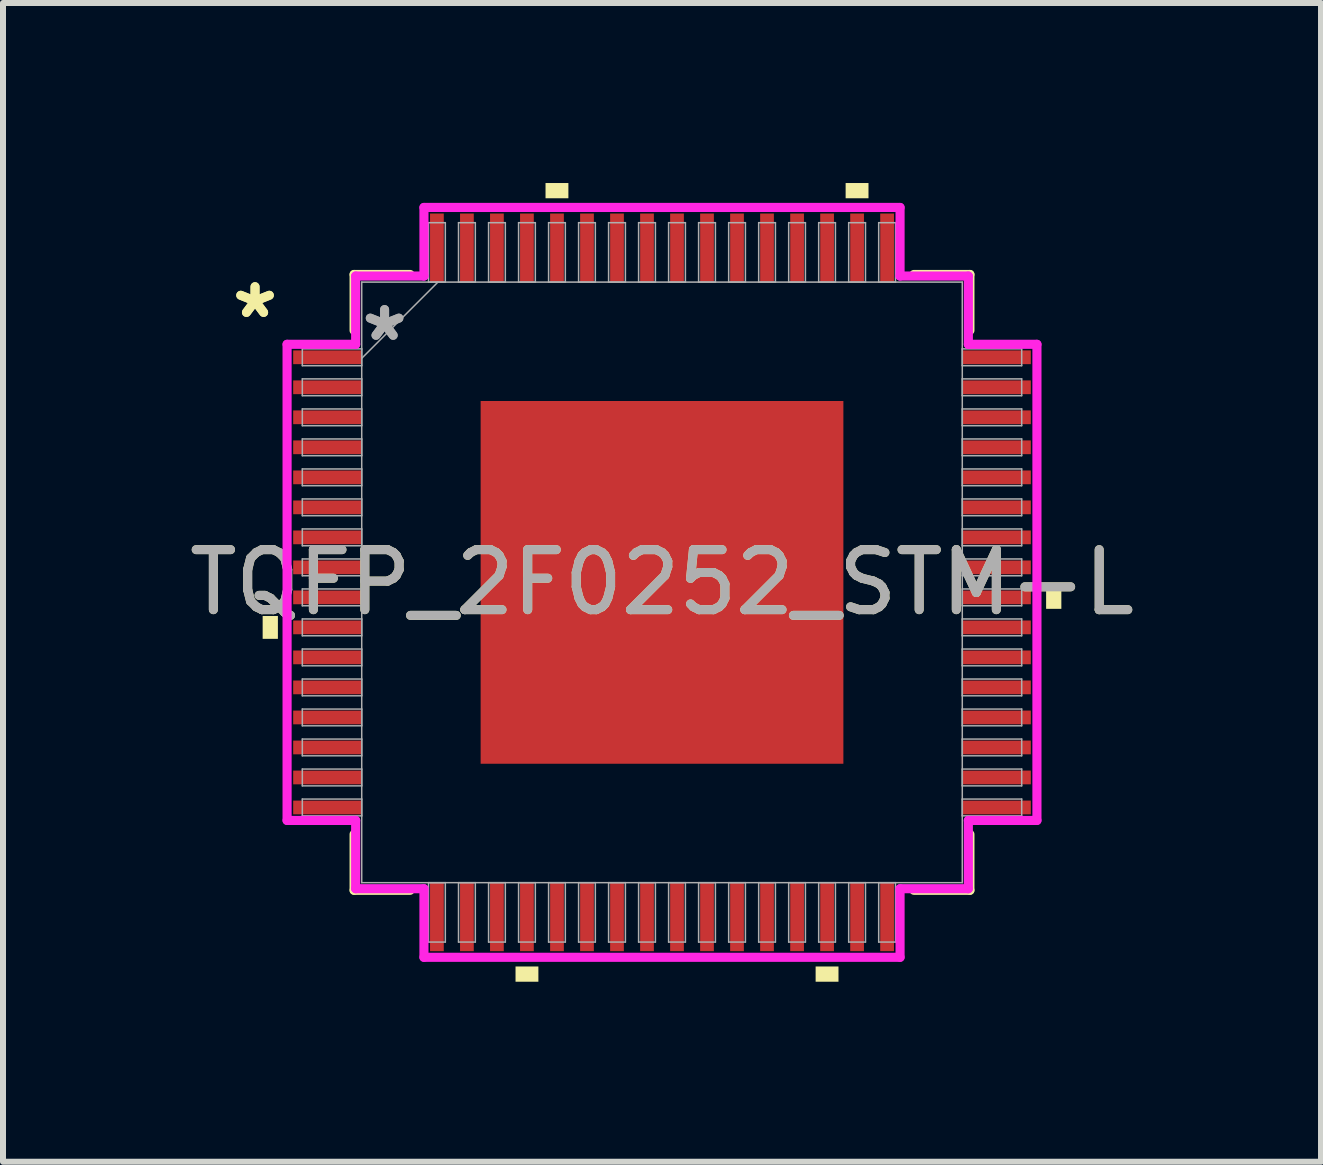
<source format=kicad_pcb>
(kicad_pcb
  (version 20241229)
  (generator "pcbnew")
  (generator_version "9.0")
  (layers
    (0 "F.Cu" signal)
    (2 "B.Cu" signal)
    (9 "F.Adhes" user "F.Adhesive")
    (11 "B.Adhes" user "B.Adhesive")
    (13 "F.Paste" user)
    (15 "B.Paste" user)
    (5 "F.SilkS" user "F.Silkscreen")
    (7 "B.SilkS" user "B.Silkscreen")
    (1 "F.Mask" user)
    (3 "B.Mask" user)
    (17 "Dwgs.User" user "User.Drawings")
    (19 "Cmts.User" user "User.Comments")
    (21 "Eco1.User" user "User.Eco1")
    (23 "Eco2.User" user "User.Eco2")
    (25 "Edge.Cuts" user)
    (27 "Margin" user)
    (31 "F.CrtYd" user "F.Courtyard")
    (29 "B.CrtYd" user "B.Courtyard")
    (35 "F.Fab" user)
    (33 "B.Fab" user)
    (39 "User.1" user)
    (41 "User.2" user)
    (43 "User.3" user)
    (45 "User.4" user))
  (footprint "TQFP_2F0252_STM-L"
    (layer "F.Cu")
    (at 7.982 6.655)
    (property "Reference" "TQFP_2F0252_STM-L" (at 0 0 0) (unlocked yes) (layer "F.SilkS") (effects (font (size 1 1) (thickness 0.15))))
    (attr smd)
    (fp_line (start -5.131 -5.131) (end -5.131 -4.198) (stroke (width 0.152) (type solid)) (layer "F.SilkS"))
    (fp_line (start -5.131 4.198) (end -5.131 5.131) (stroke (width 0.152) (type solid)) (layer "F.SilkS"))
    (fp_line (start -5.131 5.131) (end -4.198 5.131) (stroke (width 0.152) (type solid)) (layer "F.SilkS"))
    (fp_line (start -4.198 -5.131) (end -5.131 -5.131) (stroke (width 0.152) (type solid)) (layer "F.SilkS"))
    (fp_line (start 4.198 5.131) (end 5.131 5.131) (stroke (width 0.152) (type solid)) (layer "F.SilkS"))
    (fp_line (start 5.131 -5.131) (end 4.198 -5.131) (stroke (width 0.152) (type solid)) (layer "F.SilkS"))
    (fp_line (start 5.131 -4.198) (end 5.131 -5.131) (stroke (width 0.152) (type solid)) (layer "F.SilkS"))
    (fp_line (start 5.131 5.131) (end 5.131 4.198) (stroke (width 0.152) (type solid)) (layer "F.SilkS"))
    (fp_poly (pts (xy -6.655 0.56) (xy -6.655 0.941) (xy -6.401 0.941) (xy -6.401 0.56)) (stroke (width 0) (type solid)) (fill yes) (layer "F.SilkS"))
    (fp_poly (pts (xy -2.441 6.401) (xy -2.441 6.655) (xy -2.06 6.655) (xy -2.06 6.401)) (stroke (width 0) (type solid)) (fill yes) (layer "F.SilkS"))
    (fp_poly (pts (xy -1.941 -6.401) (xy -1.941 -6.655) (xy -1.56 -6.655) (xy -1.56 -6.401)) (stroke (width 0) (type solid)) (fill yes) (layer "F.SilkS"))
    (fp_poly (pts (xy 2.56 6.401) (xy 2.56 6.655) (xy 2.941 6.655) (xy 2.941 6.401)) (stroke (width 0) (type solid)) (fill yes) (layer "F.SilkS"))
    (fp_poly (pts (xy 3.06 -6.401) (xy 3.06 -6.655) (xy 3.441 -6.655) (xy 3.441 -6.401)) (stroke (width 0) (type solid)) (fill yes) (layer "F.SilkS"))
    (fp_poly (pts (xy 6.655 0.06) (xy 6.655 0.441) (xy 6.401 0.441) (xy 6.401 0.06)) (stroke (width 0) (type solid)) (fill yes) (layer "F.SilkS"))
    (fp_poly (pts (xy -2.923 -2.923) (xy -2.923 -1.611) (xy -1.611 -1.611) (xy -1.611 -2.923)) (stroke (width 0) (type solid)) (fill yes) (layer "F.Paste"))
    (fp_poly (pts (xy -2.923 -1.411) (xy -2.923 -0.1) (xy -1.611 -0.1) (xy -1.611 -1.411)) (stroke (width 0) (type solid)) (fill yes) (layer "F.Paste"))
    (fp_poly (pts (xy -2.923 0.1) (xy -2.923 1.411) (xy -1.611 1.411) (xy -1.611 0.1)) (stroke (width 0) (type solid)) (fill yes) (layer "F.Paste"))
    (fp_poly (pts (xy -2.923 1.611) (xy -2.923 2.923) (xy -1.611 2.923) (xy -1.611 1.611)) (stroke (width 0) (type solid)) (fill yes) (layer "F.Paste"))
    (fp_poly (pts (xy -1.411 -2.923) (xy -1.411 -1.611) (xy -0.1 -1.611) (xy -0.1 -2.923)) (stroke (width 0) (type solid)) (fill yes) (layer "F.Paste"))
    (fp_poly (pts (xy -1.411 -1.411) (xy -1.411 -0.1) (xy -0.1 -0.1) (xy -0.1 -1.411)) (stroke (width 0) (type solid)) (fill yes) (layer "F.Paste"))
    (fp_poly (pts (xy -1.411 0.1) (xy -1.411 1.411) (xy -0.1 1.411) (xy -0.1 0.1)) (stroke (width 0) (type solid)) (fill yes) (layer "F.Paste"))
    (fp_poly (pts (xy -1.411 1.611) (xy -1.411 2.923) (xy -0.1 2.923) (xy -0.1 1.611)) (stroke (width 0) (type solid)) (fill yes) (layer "F.Paste"))
    (fp_poly (pts (xy 0.1 -2.923) (xy 0.1 -1.611) (xy 1.411 -1.611) (xy 1.411 -2.923)) (stroke (width 0) (type solid)) (fill yes) (layer "F.Paste"))
    (fp_poly (pts (xy 0.1 -1.411) (xy 0.1 -0.1) (xy 1.411 -0.1) (xy 1.411 -1.411)) (stroke (width 0) (type solid)) (fill yes) (layer "F.Paste"))
    (fp_poly (pts (xy 0.1 0.1) (xy 0.1 1.411) (xy 1.411 1.411) (xy 1.411 0.1)) (stroke (width 0) (type solid)) (fill yes) (layer "F.Paste"))
    (fp_poly (pts (xy 0.1 1.611) (xy 0.1 2.923) (xy 1.411 2.923) (xy 1.411 1.611)) (stroke (width 0) (type solid)) (fill yes) (layer "F.Paste"))
    (fp_poly (pts (xy 1.611 -2.923) (xy 1.611 -1.611) (xy 2.923 -1.611) (xy 2.923 -2.923)) (stroke (width 0) (type solid)) (fill yes) (layer "F.Paste"))
    (fp_poly (pts (xy 1.611 -1.411) (xy 1.611 -0.1) (xy 2.923 -0.1) (xy 2.923 -1.411)) (stroke (width 0) (type solid)) (fill yes) (layer "F.Paste"))
    (fp_poly (pts (xy 1.611 0.1) (xy 1.611 1.411) (xy 2.923 1.411) (xy 2.923 0.1)) (stroke (width 0) (type solid)) (fill yes) (layer "F.Paste"))
    (fp_poly (pts (xy 1.611 1.611) (xy 1.611 2.923) (xy 2.923 2.923) (xy 2.923 1.611)) (stroke (width 0) (type solid)) (fill yes) (layer "F.Paste"))
    (fp_line (start -6.248 -3.967) (end -5.105 -3.967) (stroke (width 0.152) (type solid)) (layer "F.CrtYd"))
    (fp_line (start -6.248 3.967) (end -6.248 -3.967) (stroke (width 0.152) (type solid)) (layer "F.CrtYd"))
    (fp_line (start -5.105 -5.105) (end -3.967 -5.105) (stroke (width 0.152) (type solid)) (layer "F.CrtYd"))
    (fp_line (start -5.105 -3.967) (end -5.105 -5.105) (stroke (width 0.152) (type solid)) (layer "F.CrtYd"))
    (fp_line (start -5.105 3.967) (end -6.248 3.967) (stroke (width 0.152) (type solid)) (layer "F.CrtYd"))
    (fp_line (start -5.105 5.105) (end -5.105 3.967) (stroke (width 0.152) (type solid)) (layer "F.CrtYd"))
    (fp_line (start -5.105 5.105) (end -3.967 5.105) (stroke (width 0.152) (type solid)) (layer "F.CrtYd"))
    (fp_line (start -3.967 -6.248) (end 3.967 -6.248) (stroke (width 0.152) (type solid)) (layer "F.CrtYd"))
    (fp_line (start -3.967 -5.105) (end -3.967 -6.248) (stroke (width 0.152) (type solid)) (layer "F.CrtYd"))
    (fp_line (start -3.967 5.105) (end -3.967 6.248) (stroke (width 0.152) (type solid)) (layer "F.CrtYd"))
    (fp_line (start -3.967 6.248) (end 3.967 6.248) (stroke (width 0.152) (type solid)) (layer "F.CrtYd"))
    (fp_line (start 3.967 -6.248) (end 3.967 -5.105) (stroke (width 0.152) (type solid)) (layer "F.CrtYd"))
    (fp_line (start 3.967 -5.105) (end 5.105 -5.105) (stroke (width 0.152) (type solid)) (layer "F.CrtYd"))
    (fp_line (start 3.967 5.105) (end 5.105 5.105) (stroke (width 0.152) (type solid)) (layer "F.CrtYd"))
    (fp_line (start 3.967 6.248) (end 3.967 5.105) (stroke (width 0.152) (type solid)) (layer "F.CrtYd"))
    (fp_line (start 5.105 -3.967) (end 5.105 -5.105) (stroke (width 0.152) (type solid)) (layer "F.CrtYd"))
    (fp_line (start 5.105 3.967) (end 6.248 3.967) (stroke (width 0.152) (type solid)) (layer "F.CrtYd"))
    (fp_line (start 5.105 5.105) (end 5.105 3.967) (stroke (width 0.152) (type solid)) (layer "F.CrtYd"))
    (fp_line (start 6.248 -3.967) (end 5.105 -3.967) (stroke (width 0.152) (type solid)) (layer "F.CrtYd"))
    (fp_line (start 6.248 3.967) (end 6.248 -3.967) (stroke (width 0.152) (type solid)) (layer "F.CrtYd"))
    (fp_line (start -5.994 -3.891) (end -5.994 -3.611) (stroke (width 0.025) (type solid)) (layer "F.Fab"))
    (fp_line (start -5.994 -3.611) (end -5.004 -3.611) (stroke (width 0.025) (type solid)) (layer "F.Fab"))
    (fp_line (start -5.994 -3.391) (end -5.994 -3.111) (stroke (width 0.025) (type solid)) (layer "F.Fab"))
    (fp_line (start -5.994 -3.111) (end -5.004 -3.111) (stroke (width 0.025) (type solid)) (layer "F.Fab"))
    (fp_line (start -5.994 -2.89) (end -5.994 -2.611) (stroke (width 0.025) (type solid)) (layer "F.Fab"))
    (fp_line (start -5.994 -2.611) (end -5.004 -2.611) (stroke (width 0.025) (type solid)) (layer "F.Fab"))
    (fp_line (start -5.994 -2.39) (end -5.994 -2.111) (stroke (width 0.025) (type solid)) (layer "F.Fab"))
    (fp_line (start -5.994 -2.111) (end -5.004 -2.111) (stroke (width 0.025) (type solid)) (layer "F.Fab"))
    (fp_line (start -5.994 -1.89) (end -5.994 -1.611) (stroke (width 0.025) (type solid)) (layer "F.Fab"))
    (fp_line (start -5.994 -1.611) (end -5.004 -1.611) (stroke (width 0.025) (type solid)) (layer "F.Fab"))
    (fp_line (start -5.994 -1.39) (end -5.994 -1.111) (stroke (width 0.025) (type solid)) (layer "F.Fab"))
    (fp_line (start -5.994 -1.111) (end -5.004 -1.111) (stroke (width 0.025) (type solid)) (layer "F.Fab"))
    (fp_line (start -5.994 -0.89) (end -5.994 -0.61) (stroke (width 0.025) (type solid)) (layer "F.Fab"))
    (fp_line (start -5.994 -0.61) (end -5.004 -0.61) (stroke (width 0.025) (type solid)) (layer "F.Fab"))
    (fp_line (start -5.994 -0.39) (end -5.994 -0.11) (stroke (width 0.025) (type solid)) (layer "F.Fab"))
    (fp_line (start -5.994 -0.11) (end -5.004 -0.11) (stroke (width 0.025) (type solid)) (layer "F.Fab"))
    (fp_line (start -5.994 0.11) (end -5.994 0.39) (stroke (width 0.025) (type solid)) (layer "F.Fab"))
    (fp_line (start -5.994 0.39) (end -5.004 0.39) (stroke (width 0.025) (type solid)) (layer "F.Fab"))
    (fp_line (start -5.994 0.61) (end -5.994 0.89) (stroke (width 0.025) (type solid)) (layer "F.Fab"))
    (fp_line (start -5.994 0.89) (end -5.004 0.89) (stroke (width 0.025) (type solid)) (layer "F.Fab"))
    (fp_line (start -5.994 1.111) (end -5.994 1.39) (stroke (width 0.025) (type solid)) (layer "F.Fab"))
    (fp_line (start -5.994 1.39) (end -5.004 1.39) (stroke (width 0.025) (type solid)) (layer "F.Fab"))
    (fp_line (start -5.994 1.611) (end -5.994 1.89) (stroke (width 0.025) (type solid)) (layer "F.Fab"))
    (fp_line (start -5.994 1.89) (end -5.004 1.89) (stroke (width 0.025) (type solid)) (layer "F.Fab"))
    (fp_line (start -5.994 2.111) (end -5.994 2.39) (stroke (width 0.025) (type solid)) (layer "F.Fab"))
    (fp_line (start -5.994 2.39) (end -5.004 2.39) (stroke (width 0.025) (type solid)) (layer "F.Fab"))
    (fp_line (start -5.994 2.611) (end -5.994 2.89) (stroke (width 0.025) (type solid)) (layer "F.Fab"))
    (fp_line (start -5.994 2.89) (end -5.004 2.89) (stroke (width 0.025) (type solid)) (layer "F.Fab"))
    (fp_line (start -5.994 3.111) (end -5.994 3.391) (stroke (width 0.025) (type solid)) (layer "F.Fab"))
    (fp_line (start -5.994 3.391) (end -5.004 3.391) (stroke (width 0.025) (type solid)) (layer "F.Fab"))
    (fp_line (start -5.994 3.611) (end -5.994 3.891) (stroke (width 0.025) (type solid)) (layer "F.Fab"))
    (fp_line (start -5.994 3.891) (end -5.004 3.891) (stroke (width 0.025) (type solid)) (layer "F.Fab"))
    (fp_line (start -5.004 -5.004) (end -5.004 5.004) (stroke (width 0.025) (type solid)) (layer "F.Fab"))
    (fp_line (start -5.004 -3.891) (end -5.994 -3.891) (stroke (width 0.025) (type solid)) (layer "F.Fab"))
    (fp_line (start -5.004 -3.734) (end -3.734 -5.004) (stroke (width 0.025) (type solid)) (layer "F.Fab"))
    (fp_line (start -5.004 -3.611) (end -5.004 -3.891) (stroke (width 0.025) (type solid)) (layer "F.Fab"))
    (fp_line (start -5.004 -3.391) (end -5.994 -3.391) (stroke (width 0.025) (type solid)) (layer "F.Fab"))
    (fp_line (start -5.004 -3.111) (end -5.004 -3.391) (stroke (width 0.025) (type solid)) (layer "F.Fab"))
    (fp_line (start -5.004 -2.89) (end -5.994 -2.89) (stroke (width 0.025) (type solid)) (layer "F.Fab"))
    (fp_line (start -5.004 -2.611) (end -5.004 -2.89) (stroke (width 0.025) (type solid)) (layer "F.Fab"))
    (fp_line (start -5.004 -2.39) (end -5.994 -2.39) (stroke (width 0.025) (type solid)) (layer "F.Fab"))
    (fp_line (start -5.004 -2.111) (end -5.004 -2.39) (stroke (width 0.025) (type solid)) (layer "F.Fab"))
    (fp_line (start -5.004 -1.89) (end -5.994 -1.89) (stroke (width 0.025) (type solid)) (layer "F.Fab"))
    (fp_line (start -5.004 -1.611) (end -5.004 -1.89) (stroke (width 0.025) (type solid)) (layer "F.Fab"))
    (fp_line (start -5.004 -1.39) (end -5.994 -1.39) (stroke (width 0.025) (type solid)) (layer "F.Fab"))
    (fp_line (start -5.004 -1.111) (end -5.004 -1.39) (stroke (width 0.025) (type solid)) (layer "F.Fab"))
    (fp_line (start -5.004 -0.89) (end -5.994 -0.89) (stroke (width 0.025) (type solid)) (layer "F.Fab"))
    (fp_line (start -5.004 -0.61) (end -5.004 -0.89) (stroke (width 0.025) (type solid)) (layer "F.Fab"))
    (fp_line (start -5.004 -0.39) (end -5.994 -0.39) (stroke (width 0.025) (type solid)) (layer "F.Fab"))
    (fp_line (start -5.004 -0.11) (end -5.004 -0.39) (stroke (width 0.025) (type solid)) (layer "F.Fab"))
    (fp_line (start -5.004 0.11) (end -5.994 0.11) (stroke (width 0.025) (type solid)) (layer "F.Fab"))
    (fp_line (start -5.004 0.39) (end -5.004 0.11) (stroke (width 0.025) (type solid)) (layer "F.Fab"))
    (fp_line (start -5.004 0.61) (end -5.994 0.61) (stroke (width 0.025) (type solid)) (layer "F.Fab"))
    (fp_line (start -5.004 0.89) (end -5.004 0.61) (stroke (width 0.025) (type solid)) (layer "F.Fab"))
    (fp_line (start -5.004 1.111) (end -5.994 1.111) (stroke (width 0.025) (type solid)) (layer "F.Fab"))
    (fp_line (start -5.004 1.39) (end -5.004 1.111) (stroke (width 0.025) (type solid)) (layer "F.Fab"))
    (fp_line (start -5.004 1.611) (end -5.994 1.611) (stroke (width 0.025) (type solid)) (layer "F.Fab"))
    (fp_line (start -5.004 1.89) (end -5.004 1.611) (stroke (width 0.025) (type solid)) (layer "F.Fab"))
    (fp_line (start -5.004 2.111) (end -5.994 2.111) (stroke (width 0.025) (type solid)) (layer "F.Fab"))
    (fp_line (start -5.004 2.39) (end -5.004 2.111) (stroke (width 0.025) (type solid)) (layer "F.Fab"))
    (fp_line (start -5.004 2.611) (end -5.994 2.611) (stroke (width 0.025) (type solid)) (layer "F.Fab"))
    (fp_line (start -5.004 2.89) (end -5.004 2.611) (stroke (width 0.025) (type solid)) (layer "F.Fab"))
    (fp_line (start -5.004 3.111) (end -5.994 3.111) (stroke (width 0.025) (type solid)) (layer "F.Fab"))
    (fp_line (start -5.004 3.391) (end -5.004 3.111) (stroke (width 0.025) (type solid)) (layer "F.Fab"))
    (fp_line (start -5.004 3.611) (end -5.994 3.611) (stroke (width 0.025) (type solid)) (layer "F.Fab"))
    (fp_line (start -5.004 3.891) (end -5.004 3.611) (stroke (width 0.025) (type solid)) (layer "F.Fab"))
    (fp_line (start -5.004 5.004) (end 5.004 5.004) (stroke (width 0.025) (type solid)) (layer "F.Fab"))
    (fp_line (start -3.891 -5.994) (end -3.891 -5.004) (stroke (width 0.025) (type solid)) (layer "F.Fab"))
    (fp_line (start -3.891 -5.004) (end -3.611 -5.004) (stroke (width 0.025) (type solid)) (layer "F.Fab"))
    (fp_line (start -3.891 5.004) (end -3.891 5.994) (stroke (width 0.025) (type solid)) (layer "F.Fab"))
    (fp_line (start -3.891 5.994) (end -3.611 5.994) (stroke (width 0.025) (type solid)) (layer "F.Fab"))
    (fp_line (start -3.611 -5.994) (end -3.891 -5.994) (stroke (width 0.025) (type solid)) (layer "F.Fab"))
    (fp_line (start -3.611 -5.004) (end -3.611 -5.994) (stroke (width 0.025) (type solid)) (layer "F.Fab"))
    (fp_line (start -3.611 5.004) (end -3.891 5.004) (stroke (width 0.025) (type solid)) (layer "F.Fab"))
    (fp_line (start -3.611 5.994) (end -3.611 5.004) (stroke (width 0.025) (type solid)) (layer "F.Fab"))
    (fp_line (start -3.391 -5.994) (end -3.391 -5.004) (stroke (width 0.025) (type solid)) (layer "F.Fab"))
    (fp_line (start -3.391 -5.004) (end -3.111 -5.004) (stroke (width 0.025) (type solid)) (layer "F.Fab"))
    (fp_line (start -3.391 5.004) (end -3.391 5.994) (stroke (width 0.025) (type solid)) (layer "F.Fab"))
    (fp_line (start -3.391 5.994) (end -3.111 5.994) (stroke (width 0.025) (type solid)) (layer "F.Fab"))
    (fp_line (start -3.111 -5.994) (end -3.391 -5.994) (stroke (width 0.025) (type solid)) (layer "F.Fab"))
    (fp_line (start -3.111 -5.004) (end -3.111 -5.994) (stroke (width 0.025) (type solid)) (layer "F.Fab"))
    (fp_line (start -3.111 5.004) (end -3.391 5.004) (stroke (width 0.025) (type solid)) (layer "F.Fab"))
    (fp_line (start -3.111 5.994) (end -3.111 5.004) (stroke (width 0.025) (type solid)) (layer "F.Fab"))
    (fp_line (start -2.89 -5.994) (end -2.89 -5.004) (stroke (width 0.025) (type solid)) (layer "F.Fab"))
    (fp_line (start -2.89 -5.004) (end -2.611 -5.004) (stroke (width 0.025) (type solid)) (layer "F.Fab"))
    (fp_line (start -2.89 5.004) (end -2.89 5.994) (stroke (width 0.025) (type solid)) (layer "F.Fab"))
    (fp_line (start -2.89 5.994) (end -2.611 5.994) (stroke (width 0.025) (type solid)) (layer "F.Fab"))
    (fp_line (start -2.611 -5.994) (end -2.89 -5.994) (stroke (width 0.025) (type solid)) (layer "F.Fab"))
    (fp_line (start -2.611 -5.004) (end -2.611 -5.994) (stroke (width 0.025) (type solid)) (layer "F.Fab"))
    (fp_line (start -2.611 5.004) (end -2.89 5.004) (stroke (width 0.025) (type solid)) (layer "F.Fab"))
    (fp_line (start -2.611 5.994) (end -2.611 5.004) (stroke (width 0.025) (type solid)) (layer "F.Fab"))
    (fp_line (start -2.39 -5.994) (end -2.39 -5.004) (stroke (width 0.025) (type solid)) (layer "F.Fab"))
    (fp_line (start -2.39 -5.004) (end -2.111 -5.004) (stroke (width 0.025) (type solid)) (layer "F.Fab"))
    (fp_line (start -2.39 5.004) (end -2.39 5.994) (stroke (width 0.025) (type solid)) (layer "F.Fab"))
    (fp_line (start -2.39 5.994) (end -2.111 5.994) (stroke (width 0.025) (type solid)) (layer "F.Fab"))
    (fp_line (start -2.111 -5.994) (end -2.39 -5.994) (stroke (width 0.025) (type solid)) (layer "F.Fab"))
    (fp_line (start -2.111 -5.004) (end -2.111 -5.994) (stroke (width 0.025) (type solid)) (layer "F.Fab"))
    (fp_line (start -2.111 5.004) (end -2.39 5.004) (stroke (width 0.025) (type solid)) (layer "F.Fab"))
    (fp_line (start -2.111 5.994) (end -2.111 5.004) (stroke (width 0.025) (type solid)) (layer "F.Fab"))
    (fp_line (start -1.89 -5.994) (end -1.89 -5.004) (stroke (width 0.025) (type solid)) (layer "F.Fab"))
    (fp_line (start -1.89 -5.004) (end -1.611 -5.004) (stroke (width 0.025) (type solid)) (layer "F.Fab"))
    (fp_line (start -1.89 5.004) (end -1.89 5.994) (stroke (width 0.025) (type solid)) (layer "F.Fab"))
    (fp_line (start -1.89 5.994) (end -1.611 5.994) (stroke (width 0.025) (type solid)) (layer "F.Fab"))
    (fp_line (start -1.611 -5.994) (end -1.89 -5.994) (stroke (width 0.025) (type solid)) (layer "F.Fab"))
    (fp_line (start -1.611 -5.004) (end -1.611 -5.994) (stroke (width 0.025) (type solid)) (layer "F.Fab"))
    (fp_line (start -1.611 5.004) (end -1.89 5.004) (stroke (width 0.025) (type solid)) (layer "F.Fab"))
    (fp_line (start -1.611 5.994) (end -1.611 5.004) (stroke (width 0.025) (type solid)) (layer "F.Fab"))
    (fp_line (start -1.39 -5.994) (end -1.39 -5.004) (stroke (width 0.025) (type solid)) (layer "F.Fab"))
    (fp_line (start -1.39 -5.004) (end -1.111 -5.004) (stroke (width 0.025) (type solid)) (layer "F.Fab"))
    (fp_line (start -1.39 5.004) (end -1.39 5.994) (stroke (width 0.025) (type solid)) (layer "F.Fab"))
    (fp_line (start -1.39 5.994) (end -1.111 5.994) (stroke (width 0.025) (type solid)) (layer "F.Fab"))
    (fp_line (start -1.111 -5.994) (end -1.39 -5.994) (stroke (width 0.025) (type solid)) (layer "F.Fab"))
    (fp_line (start -1.111 -5.004) (end -1.111 -5.994) (stroke (width 0.025) (type solid)) (layer "F.Fab"))
    (fp_line (start -1.111 5.004) (end -1.39 5.004) (stroke (width 0.025) (type solid)) (layer "F.Fab"))
    (fp_line (start -1.111 5.994) (end -1.111 5.004) (stroke (width 0.025) (type solid)) (layer "F.Fab"))
    (fp_line (start -0.89 -5.994) (end -0.89 -5.004) (stroke (width 0.025) (type solid)) (layer "F.Fab"))
    (fp_line (start -0.89 -5.004) (end -0.61 -5.004) (stroke (width 0.025) (type solid)) (layer "F.Fab"))
    (fp_line (start -0.89 5.004) (end -0.89 5.994) (stroke (width 0.025) (type solid)) (layer "F.Fab"))
    (fp_line (start -0.89 5.994) (end -0.61 5.994) (stroke (width 0.025) (type solid)) (layer "F.Fab"))
    (fp_line (start -0.61 -5.994) (end -0.89 -5.994) (stroke (width 0.025) (type solid)) (layer "F.Fab"))
    (fp_line (start -0.61 -5.004) (end -0.61 -5.994) (stroke (width 0.025) (type solid)) (layer "F.Fab"))
    (fp_line (start -0.61 5.004) (end -0.89 5.004) (stroke (width 0.025) (type solid)) (layer "F.Fab"))
    (fp_line (start -0.61 5.994) (end -0.61 5.004) (stroke (width 0.025) (type solid)) (layer "F.Fab"))
    (fp_line (start -0.39 -5.994) (end -0.39 -5.004) (stroke (width 0.025) (type solid)) (layer "F.Fab"))
    (fp_line (start -0.39 -5.004) (end -0.11 -5.004) (stroke (width 0.025) (type solid)) (layer "F.Fab"))
    (fp_line (start -0.39 5.004) (end -0.39 5.994) (stroke (width 0.025) (type solid)) (layer "F.Fab"))
    (fp_line (start -0.39 5.994) (end -0.11 5.994) (stroke (width 0.025) (type solid)) (layer "F.Fab"))
    (fp_line (start -0.11 -5.994) (end -0.39 -5.994) (stroke (width 0.025) (type solid)) (layer "F.Fab"))
    (fp_line (start -0.11 -5.004) (end -0.11 -5.994) (stroke (width 0.025) (type solid)) (layer "F.Fab"))
    (fp_line (start -0.11 5.004) (end -0.39 5.004) (stroke (width 0.025) (type solid)) (layer "F.Fab"))
    (fp_line (start -0.11 5.994) (end -0.11 5.004) (stroke (width 0.025) (type solid)) (layer "F.Fab"))
    (fp_line (start 0.11 -5.994) (end 0.11 -5.004) (stroke (width 0.025) (type solid)) (layer "F.Fab"))
    (fp_line (start 0.11 -5.004) (end 0.39 -5.004) (stroke (width 0.025) (type solid)) (layer "F.Fab"))
    (fp_line (start 0.11 5.004) (end 0.11 5.994) (stroke (width 0.025) (type solid)) (layer "F.Fab"))
    (fp_line (start 0.11 5.994) (end 0.39 5.994) (stroke (width 0.025) (type solid)) (layer "F.Fab"))
    (fp_line (start 0.39 -5.994) (end 0.11 -5.994) (stroke (width 0.025) (type solid)) (layer "F.Fab"))
    (fp_line (start 0.39 -5.004) (end 0.39 -5.994) (stroke (width 0.025) (type solid)) (layer "F.Fab"))
    (fp_line (start 0.39 5.004) (end 0.11 5.004) (stroke (width 0.025) (type solid)) (layer "F.Fab"))
    (fp_line (start 0.39 5.994) (end 0.39 5.004) (stroke (width 0.025) (type solid)) (layer "F.Fab"))
    (fp_line (start 0.61 -5.994) (end 0.61 -5.004) (stroke (width 0.025) (type solid)) (layer "F.Fab"))
    (fp_line (start 0.61 -5.004) (end 0.89 -5.004) (stroke (width 0.025) (type solid)) (layer "F.Fab"))
    (fp_line (start 0.61 5.004) (end 0.61 5.994) (stroke (width 0.025) (type solid)) (layer "F.Fab"))
    (fp_line (start 0.61 5.994) (end 0.89 5.994) (stroke (width 0.025) (type solid)) (layer "F.Fab"))
    (fp_line (start 0.89 -5.994) (end 0.61 -5.994) (stroke (width 0.025) (type solid)) (layer "F.Fab"))
    (fp_line (start 0.89 -5.004) (end 0.89 -5.994) (stroke (width 0.025) (type solid)) (layer "F.Fab"))
    (fp_line (start 0.89 5.004) (end 0.61 5.004) (stroke (width 0.025) (type solid)) (layer "F.Fab"))
    (fp_line (start 0.89 5.994) (end 0.89 5.004) (stroke (width 0.025) (type solid)) (layer "F.Fab"))
    (fp_line (start 1.111 -5.994) (end 1.111 -5.004) (stroke (width 0.025) (type solid)) (layer "F.Fab"))
    (fp_line (start 1.111 -5.004) (end 1.39 -5.004) (stroke (width 0.025) (type solid)) (layer "F.Fab"))
    (fp_line (start 1.111 5.004) (end 1.111 5.994) (stroke (width 0.025) (type solid)) (layer "F.Fab"))
    (fp_line (start 1.111 5.994) (end 1.39 5.994) (stroke (width 0.025) (type solid)) (layer "F.Fab"))
    (fp_line (start 1.39 -5.994) (end 1.111 -5.994) (stroke (width 0.025) (type solid)) (layer "F.Fab"))
    (fp_line (start 1.39 -5.004) (end 1.39 -5.994) (stroke (width 0.025) (type solid)) (layer "F.Fab"))
    (fp_line (start 1.39 5.004) (end 1.111 5.004) (stroke (width 0.025) (type solid)) (layer "F.Fab"))
    (fp_line (start 1.39 5.994) (end 1.39 5.004) (stroke (width 0.025) (type solid)) (layer "F.Fab"))
    (fp_line (start 1.611 -5.994) (end 1.611 -5.004) (stroke (width 0.025) (type solid)) (layer "F.Fab"))
    (fp_line (start 1.611 -5.004) (end 1.89 -5.004) (stroke (width 0.025) (type solid)) (layer "F.Fab"))
    (fp_line (start 1.611 5.004) (end 1.611 5.994) (stroke (width 0.025) (type solid)) (layer "F.Fab"))
    (fp_line (start 1.611 5.994) (end 1.89 5.994) (stroke (width 0.025) (type solid)) (layer "F.Fab"))
    (fp_line (start 1.89 -5.994) (end 1.611 -5.994) (stroke (width 0.025) (type solid)) (layer "F.Fab"))
    (fp_line (start 1.89 -5.004) (end 1.89 -5.994) (stroke (width 0.025) (type solid)) (layer "F.Fab"))
    (fp_line (start 1.89 5.004) (end 1.611 5.004) (stroke (width 0.025) (type solid)) (layer "F.Fab"))
    (fp_line (start 1.89 5.994) (end 1.89 5.004) (stroke (width 0.025) (type solid)) (layer "F.Fab"))
    (fp_line (start 2.111 -5.994) (end 2.111 -5.004) (stroke (width 0.025) (type solid)) (layer "F.Fab"))
    (fp_line (start 2.111 -5.004) (end 2.39 -5.004) (stroke (width 0.025) (type solid)) (layer "F.Fab"))
    (fp_line (start 2.111 5.004) (end 2.111 5.994) (stroke (width 0.025) (type solid)) (layer "F.Fab"))
    (fp_line (start 2.111 5.994) (end 2.39 5.994) (stroke (width 0.025) (type solid)) (layer "F.Fab"))
    (fp_line (start 2.39 -5.994) (end 2.111 -5.994) (stroke (width 0.025) (type solid)) (layer "F.Fab"))
    (fp_line (start 2.39 -5.004) (end 2.39 -5.994) (stroke (width 0.025) (type solid)) (layer "F.Fab"))
    (fp_line (start 2.39 5.004) (end 2.111 5.004) (stroke (width 0.025) (type solid)) (layer "F.Fab"))
    (fp_line (start 2.39 5.994) (end 2.39 5.004) (stroke (width 0.025) (type solid)) (layer "F.Fab"))
    (fp_line (start 2.611 -5.994) (end 2.611 -5.004) (stroke (width 0.025) (type solid)) (layer "F.Fab"))
    (fp_line (start 2.611 -5.004) (end 2.89 -5.004) (stroke (width 0.025) (type solid)) (layer "F.Fab"))
    (fp_line (start 2.611 5.004) (end 2.611 5.994) (stroke (width 0.025) (type solid)) (layer "F.Fab"))
    (fp_line (start 2.611 5.994) (end 2.89 5.994) (stroke (width 0.025) (type solid)) (layer "F.Fab"))
    (fp_line (start 2.89 -5.994) (end 2.611 -5.994) (stroke (width 0.025) (type solid)) (layer "F.Fab"))
    (fp_line (start 2.89 -5.004) (end 2.89 -5.994) (stroke (width 0.025) (type solid)) (layer "F.Fab"))
    (fp_line (start 2.89 5.004) (end 2.611 5.004) (stroke (width 0.025) (type solid)) (layer "F.Fab"))
    (fp_line (start 2.89 5.994) (end 2.89 5.004) (stroke (width 0.025) (type solid)) (layer "F.Fab"))
    (fp_line (start 3.111 -5.994) (end 3.111 -5.004) (stroke (width 0.025) (type solid)) (layer "F.Fab"))
    (fp_line (start 3.111 -5.004) (end 3.391 -5.004) (stroke (width 0.025) (type solid)) (layer "F.Fab"))
    (fp_line (start 3.111 5.004) (end 3.111 5.994) (stroke (width 0.025) (type solid)) (layer "F.Fab"))
    (fp_line (start 3.111 5.994) (end 3.391 5.994) (stroke (width 0.025) (type solid)) (layer "F.Fab"))
    (fp_line (start 3.391 -5.994) (end 3.111 -5.994) (stroke (width 0.025) (type solid)) (layer "F.Fab"))
    (fp_line (start 3.391 -5.004) (end 3.391 -5.994) (stroke (width 0.025) (type solid)) (layer "F.Fab"))
    (fp_line (start 3.391 5.004) (end 3.111 5.004) (stroke (width 0.025) (type solid)) (layer "F.Fab"))
    (fp_line (start 3.391 5.994) (end 3.391 5.004) (stroke (width 0.025) (type solid)) (layer "F.Fab"))
    (fp_line (start 3.611 -5.994) (end 3.611 -5.004) (stroke (width 0.025) (type solid)) (layer "F.Fab"))
    (fp_line (start 3.611 -5.004) (end 3.891 -5.004) (stroke (width 0.025) (type solid)) (layer "F.Fab"))
    (fp_line (start 3.611 5.004) (end 3.611 5.994) (stroke (width 0.025) (type solid)) (layer "F.Fab"))
    (fp_line (start 3.611 5.994) (end 3.891 5.994) (stroke (width 0.025) (type solid)) (layer "F.Fab"))
    (fp_line (start 3.891 -5.994) (end 3.611 -5.994) (stroke (width 0.025) (type solid)) (layer "F.Fab"))
    (fp_line (start 3.891 -5.004) (end 3.891 -5.994) (stroke (width 0.025) (type solid)) (layer "F.Fab"))
    (fp_line (start 3.891 5.004) (end 3.611 5.004) (stroke (width 0.025) (type solid)) (layer "F.Fab"))
    (fp_line (start 3.891 5.994) (end 3.891 5.004) (stroke (width 0.025) (type solid)) (layer "F.Fab"))
    (fp_line (start 5.004 -5.004) (end -5.004 -5.004) (stroke (width 0.025) (type solid)) (layer "F.Fab"))
    (fp_line (start 5.004 -3.891) (end 5.004 -3.611) (stroke (width 0.025) (type solid)) (layer "F.Fab"))
    (fp_line (start 5.004 -3.611) (end 5.994 -3.611) (stroke (width 0.025) (type solid)) (layer "F.Fab"))
    (fp_line (start 5.004 -3.391) (end 5.004 -3.111) (stroke (width 0.025) (type solid)) (layer "F.Fab"))
    (fp_line (start 5.004 -3.111) (end 5.994 -3.111) (stroke (width 0.025) (type solid)) (layer "F.Fab"))
    (fp_line (start 5.004 -2.89) (end 5.004 -2.611) (stroke (width 0.025) (type solid)) (layer "F.Fab"))
    (fp_line (start 5.004 -2.611) (end 5.994 -2.611) (stroke (width 0.025) (type solid)) (layer "F.Fab"))
    (fp_line (start 5.004 -2.39) (end 5.004 -2.111) (stroke (width 0.025) (type solid)) (layer "F.Fab"))
    (fp_line (start 5.004 -2.111) (end 5.994 -2.111) (stroke (width 0.025) (type solid)) (layer "F.Fab"))
    (fp_line (start 5.004 -1.89) (end 5.004 -1.611) (stroke (width 0.025) (type solid)) (layer "F.Fab"))
    (fp_line (start 5.004 -1.611) (end 5.994 -1.611) (stroke (width 0.025) (type solid)) (layer "F.Fab"))
    (fp_line (start 5.004 -1.39) (end 5.004 -1.111) (stroke (width 0.025) (type solid)) (layer "F.Fab"))
    (fp_line (start 5.004 -1.111) (end 5.994 -1.111) (stroke (width 0.025) (type solid)) (layer "F.Fab"))
    (fp_line (start 5.004 -0.89) (end 5.004 -0.61) (stroke (width 0.025) (type solid)) (layer "F.Fab"))
    (fp_line (start 5.004 -0.61) (end 5.994 -0.61) (stroke (width 0.025) (type solid)) (layer "F.Fab"))
    (fp_line (start 5.004 -0.39) (end 5.004 -0.11) (stroke (width 0.025) (type solid)) (layer "F.Fab"))
    (fp_line (start 5.004 -0.11) (end 5.994 -0.11) (stroke (width 0.025) (type solid)) (layer "F.Fab"))
    (fp_line (start 5.004 0.11) (end 5.004 0.39) (stroke (width 0.025) (type solid)) (layer "F.Fab"))
    (fp_line (start 5.004 0.39) (end 5.994 0.39) (stroke (width 0.025) (type solid)) (layer "F.Fab"))
    (fp_line (start 5.004 0.61) (end 5.004 0.89) (stroke (width 0.025) (type solid)) (layer "F.Fab"))
    (fp_line (start 5.004 0.89) (end 5.994 0.89) (stroke (width 0.025) (type solid)) (layer "F.Fab"))
    (fp_line (start 5.004 1.111) (end 5.004 1.39) (stroke (width 0.025) (type solid)) (layer "F.Fab"))
    (fp_line (start 5.004 1.39) (end 5.994 1.39) (stroke (width 0.025) (type solid)) (layer "F.Fab"))
    (fp_line (start 5.004 1.611) (end 5.004 1.89) (stroke (width 0.025) (type solid)) (layer "F.Fab"))
    (fp_line (start 5.004 1.89) (end 5.994 1.89) (stroke (width 0.025) (type solid)) (layer "F.Fab"))
    (fp_line (start 5.004 2.111) (end 5.004 2.39) (stroke (width 0.025) (type solid)) (layer "F.Fab"))
    (fp_line (start 5.004 2.39) (end 5.994 2.39) (stroke (width 0.025) (type solid)) (layer "F.Fab"))
    (fp_line (start 5.004 2.611) (end 5.004 2.89) (stroke (width 0.025) (type solid)) (layer "F.Fab"))
    (fp_line (start 5.004 2.89) (end 5.994 2.89) (stroke (width 0.025) (type solid)) (layer "F.Fab"))
    (fp_line (start 5.004 3.111) (end 5.004 3.391) (stroke (width 0.025) (type solid)) (layer "F.Fab"))
    (fp_line (start 5.004 3.391) (end 5.994 3.391) (stroke (width 0.025) (type solid)) (layer "F.Fab"))
    (fp_line (start 5.004 3.611) (end 5.004 3.891) (stroke (width 0.025) (type solid)) (layer "F.Fab"))
    (fp_line (start 5.004 3.891) (end 5.994 3.891) (stroke (width 0.025) (type solid)) (layer "F.Fab"))
    (fp_line (start 5.004 5.004) (end 5.004 -5.004) (stroke (width 0.025) (type solid)) (layer "F.Fab"))
    (fp_line (start 5.994 -3.891) (end 5.004 -3.891) (stroke (width 0.025) (type solid)) (layer "F.Fab"))
    (fp_line (start 5.994 -3.611) (end 5.994 -3.891) (stroke (width 0.025) (type solid)) (layer "F.Fab"))
    (fp_line (start 5.994 -3.391) (end 5.004 -3.391) (stroke (width 0.025) (type solid)) (layer "F.Fab"))
    (fp_line (start 5.994 -3.111) (end 5.994 -3.391) (stroke (width 0.025) (type solid)) (layer "F.Fab"))
    (fp_line (start 5.994 -2.89) (end 5.004 -2.89) (stroke (width 0.025) (type solid)) (layer "F.Fab"))
    (fp_line (start 5.994 -2.611) (end 5.994 -2.89) (stroke (width 0.025) (type solid)) (layer "F.Fab"))
    (fp_line (start 5.994 -2.39) (end 5.004 -2.39) (stroke (width 0.025) (type solid)) (layer "F.Fab"))
    (fp_line (start 5.994 -2.111) (end 5.994 -2.39) (stroke (width 0.025) (type solid)) (layer "F.Fab"))
    (fp_line (start 5.994 -1.89) (end 5.004 -1.89) (stroke (width 0.025) (type solid)) (layer "F.Fab"))
    (fp_line (start 5.994 -1.611) (end 5.994 -1.89) (stroke (width 0.025) (type solid)) (layer "F.Fab"))
    (fp_line (start 5.994 -1.39) (end 5.004 -1.39) (stroke (width 0.025) (type solid)) (layer "F.Fab"))
    (fp_line (start 5.994 -1.111) (end 5.994 -1.39) (stroke (width 0.025) (type solid)) (layer "F.Fab"))
    (fp_line (start 5.994 -0.89) (end 5.004 -0.89) (stroke (width 0.025) (type solid)) (layer "F.Fab"))
    (fp_line (start 5.994 -0.61) (end 5.994 -0.89) (stroke (width 0.025) (type solid)) (layer "F.Fab"))
    (fp_line (start 5.994 -0.39) (end 5.004 -0.39) (stroke (width 0.025) (type solid)) (layer "F.Fab"))
    (fp_line (start 5.994 -0.11) (end 5.994 -0.39) (stroke (width 0.025) (type solid)) (layer "F.Fab"))
    (fp_line (start 5.994 0.11) (end 5.004 0.11) (stroke (width 0.025) (type solid)) (layer "F.Fab"))
    (fp_line (start 5.994 0.39) (end 5.994 0.11) (stroke (width 0.025) (type solid)) (layer "F.Fab"))
    (fp_line (start 5.994 0.61) (end 5.004 0.61) (stroke (width 0.025) (type solid)) (layer "F.Fab"))
    (fp_line (start 5.994 0.89) (end 5.994 0.61) (stroke (width 0.025) (type solid)) (layer "F.Fab"))
    (fp_line (start 5.994 1.111) (end 5.004 1.111) (stroke (width 0.025) (type solid)) (layer "F.Fab"))
    (fp_line (start 5.994 1.39) (end 5.994 1.111) (stroke (width 0.025) (type solid)) (layer "F.Fab"))
    (fp_line (start 5.994 1.611) (end 5.004 1.611) (stroke (width 0.025) (type solid)) (layer "F.Fab"))
    (fp_line (start 5.994 1.89) (end 5.994 1.611) (stroke (width 0.025) (type solid)) (layer "F.Fab"))
    (fp_line (start 5.994 2.111) (end 5.004 2.111) (stroke (width 0.025) (type solid)) (layer "F.Fab"))
    (fp_line (start 5.994 2.39) (end 5.994 2.111) (stroke (width 0.025) (type solid)) (layer "F.Fab"))
    (fp_line (start 5.994 2.611) (end 5.004 2.611) (stroke (width 0.025) (type solid)) (layer "F.Fab"))
    (fp_line (start 5.994 2.89) (end 5.994 2.611) (stroke (width 0.025) (type solid)) (layer "F.Fab"))
    (fp_line (start 5.994 3.111) (end 5.004 3.111) (stroke (width 0.025) (type solid)) (layer "F.Fab"))
    (fp_line (start 5.994 3.391) (end 5.994 3.111) (stroke (width 0.025) (type solid)) (layer "F.Fab"))
    (fp_line (start 5.994 3.611) (end 5.004 3.611) (stroke (width 0.025) (type solid)) (layer "F.Fab"))
    (fp_line (start 5.994 3.891) (end 5.994 3.611) (stroke (width 0.025) (type solid)) (layer "F.Fab"))
    (fp_text user "*" (at -6.782 -4.382 0) (unlocked yes) (layer "F.SilkS") (effects (font (size 1 1) (thickness 0.15))))
    (fp_text user "*" (at -6.782 -4.382 0) (layer "F.SilkS") (effects (font (size 1 1) (thickness 0.15))))
    (fp_text user "*" (at -4.623 -4.001 0) (layer "F.Fab") (effects (font (size 1 1) (thickness 0.15))))
    (fp_text user "${REFERENCE}" (at 0 0 0) (unlocked yes) (layer "F.Fab") (effects (font (size 1 1) (thickness 0.15))))
    (fp_text user "*" (at -4.623 -4.001 0) (unlocked yes) (layer "F.Fab") (effects (font (size 1 1) (thickness 0.15))))
    (pad "1" smd rect (at -5.575 -3.751 90) (size 0.229 1.143) (layers "F.Cu" "F.Mask" "F.Paste"))
    (pad "2" smd rect (at -5.575 -3.251 90) (size 0.229 1.143) (layers "F.Cu" "F.Mask" "F.Paste"))
    (pad "3" smd rect (at -5.575 -2.751 90) (size 0.229 1.143) (layers "F.Cu" "F.Mask" "F.Paste"))
    (pad "4" smd rect (at -5.575 -2.251 90) (size 0.229 1.143) (layers "F.Cu" "F.Mask" "F.Paste"))
    (pad "5" smd rect (at -5.575 -1.75 90) (size 0.229 1.143) (layers "F.Cu" "F.Mask" "F.Paste"))
    (pad "6" smd rect (at -5.575 -1.25 90) (size 0.229 1.143) (layers "F.Cu" "F.Mask" "F.Paste"))
    (pad "7" smd rect (at -5.575 -0.75 90) (size 0.229 1.143) (layers "F.Cu" "F.Mask" "F.Paste"))
    (pad "8" smd rect (at -5.575 -0.25 90) (size 0.229 1.143) (layers "F.Cu" "F.Mask" "F.Paste"))
    (pad "9" smd rect (at -5.575 0.25 90) (size 0.229 1.143) (layers "F.Cu" "F.Mask" "F.Paste"))
    (pad "10" smd rect (at -5.575 0.75 90) (size 0.229 1.143) (layers "F.Cu" "F.Mask" "F.Paste"))
    (pad "11" smd rect (at -5.575 1.25 90) (size 0.229 1.143) (layers "F.Cu" "F.Mask" "F.Paste"))
    (pad "12" smd rect (at -5.575 1.75 90) (size 0.229 1.143) (layers "F.Cu" "F.Mask" "F.Paste"))
    (pad "13" smd rect (at -5.575 2.251 90) (size 0.229 1.143) (layers "F.Cu" "F.Mask" "F.Paste"))
    (pad "14" smd rect (at -5.575 2.751 90) (size 0.229 1.143) (layers "F.Cu" "F.Mask" "F.Paste"))
    (pad "15" smd rect (at -5.575 3.251 90) (size 0.229 1.143) (layers "F.Cu" "F.Mask" "F.Paste"))
    (pad "16" smd rect (at -5.575 3.751 90) (size 0.229 1.143) (layers "F.Cu" "F.Mask" "F.Paste"))
    (pad "17" smd rect (at -3.751 5.575) (size 0.229 1.143) (layers "F.Cu" "F.Mask" "F.Paste"))
    (pad "18" smd rect (at -3.251 5.575) (size 0.229 1.143) (layers "F.Cu" "F.Mask" "F.Paste"))
    (pad "19" smd rect (at -2.751 5.575) (size 0.229 1.143) (layers "F.Cu" "F.Mask" "F.Paste"))
    (pad "20" smd rect (at -2.251 5.575) (size 0.229 1.143) (layers "F.Cu" "F.Mask" "F.Paste"))
    (pad "21" smd rect (at -1.75 5.575) (size 0.229 1.143) (layers "F.Cu" "F.Mask" "F.Paste"))
    (pad "22" smd rect (at -1.25 5.575) (size 0.229 1.143) (layers "F.Cu" "F.Mask" "F.Paste"))
    (pad "23" smd rect (at -0.75 5.575) (size 0.229 1.143) (layers "F.Cu" "F.Mask" "F.Paste"))
    (pad "24" smd rect (at -0.25 5.575) (size 0.229 1.143) (layers "F.Cu" "F.Mask" "F.Paste"))
    (pad "25" smd rect (at 0.25 5.575) (size 0.229 1.143) (layers "F.Cu" "F.Mask" "F.Paste"))
    (pad "26" smd rect (at 0.75 5.575) (size 0.229 1.143) (layers "F.Cu" "F.Mask" "F.Paste"))
    (pad "27" smd rect (at 1.25 5.575) (size 0.229 1.143) (layers "F.Cu" "F.Mask" "F.Paste"))
    (pad "28" smd rect (at 1.75 5.575) (size 0.229 1.143) (layers "F.Cu" "F.Mask" "F.Paste"))
    (pad "29" smd rect (at 2.251 5.575) (size 0.229 1.143) (layers "F.Cu" "F.Mask" "F.Paste"))
    (pad "30" smd rect (at 2.751 5.575) (size 0.229 1.143) (layers "F.Cu" "F.Mask" "F.Paste"))
    (pad "31" smd rect (at 3.251 5.575) (size 0.229 1.143) (layers "F.Cu" "F.Mask" "F.Paste"))
    (pad "32" smd rect (at 3.751 5.575) (size 0.229 1.143) (layers "F.Cu" "F.Mask" "F.Paste"))
    (pad "33" smd rect (at 5.575 3.751 90) (size 0.229 1.143) (layers "F.Cu" "F.Mask" "F.Paste"))
    (pad "34" smd rect (at 5.575 3.251 90) (size 0.229 1.143) (layers "F.Cu" "F.Mask" "F.Paste"))
    (pad "35" smd rect (at 5.575 2.751 90) (size 0.229 1.143) (layers "F.Cu" "F.Mask" "F.Paste"))
    (pad "36" smd rect (at 5.575 2.251 90) (size 0.229 1.143) (layers "F.Cu" "F.Mask" "F.Paste"))
    (pad "37" smd rect (at 5.575 1.75 90) (size 0.229 1.143) (layers "F.Cu" "F.Mask" "F.Paste"))
    (pad "38" smd rect (at 5.575 1.25 90) (size 0.229 1.143) (layers "F.Cu" "F.Mask" "F.Paste"))
    (pad "39" smd rect (at 5.575 0.75 90) (size 0.229 1.143) (layers "F.Cu" "F.Mask" "F.Paste"))
    (pad "40" smd rect (at 5.575 0.25 90) (size 0.229 1.143) (layers "F.Cu" "F.Mask" "F.Paste"))
    (pad "41" smd rect (at 5.575 -0.25 90) (size 0.229 1.143) (layers "F.Cu" "F.Mask" "F.Paste"))
    (pad "42" smd rect (at 5.575 -0.75 90) (size 0.229 1.143) (layers "F.Cu" "F.Mask" "F.Paste"))
    (pad "43" smd rect (at 5.575 -1.25 90) (size 0.229 1.143) (layers "F.Cu" "F.Mask" "F.Paste"))
    (pad "44" smd rect (at 5.575 -1.75 90) (size 0.229 1.143) (layers "F.Cu" "F.Mask" "F.Paste"))
    (pad "45" smd rect (at 5.575 -2.251 90) (size 0.229 1.143) (layers "F.Cu" "F.Mask" "F.Paste"))
    (pad "46" smd rect (at 5.575 -2.751 90) (size 0.229 1.143) (layers "F.Cu" "F.Mask" "F.Paste"))
    (pad "47" smd rect (at 5.575 -3.251 90) (size 0.229 1.143) (layers "F.Cu" "F.Mask" "F.Paste"))
    (pad "48" smd rect (at 5.575 -3.751 90) (size 0.229 1.143) (layers "F.Cu" "F.Mask" "F.Paste"))
    (pad "49" smd rect (at 3.751 -5.575) (size 0.229 1.143) (layers "F.Cu" "F.Mask" "F.Paste"))
    (pad "50" smd rect (at 3.251 -5.575) (size 0.229 1.143) (layers "F.Cu" "F.Mask" "F.Paste"))
    (pad "51" smd rect (at 2.751 -5.575) (size 0.229 1.143) (layers "F.Cu" "F.Mask" "F.Paste"))
    (pad "52" smd rect (at 2.251 -5.575) (size 0.229 1.143) (layers "F.Cu" "F.Mask" "F.Paste"))
    (pad "53" smd rect (at 1.75 -5.575) (size 0.229 1.143) (layers "F.Cu" "F.Mask" "F.Paste"))
    (pad "54" smd rect (at 1.25 -5.575) (size 0.229 1.143) (layers "F.Cu" "F.Mask" "F.Paste"))
    (pad "55" smd rect (at 0.75 -5.575) (size 0.229 1.143) (layers "F.Cu" "F.Mask" "F.Paste"))
    (pad "56" smd rect (at 0.25 -5.575) (size 0.229 1.143) (layers "F.Cu" "F.Mask" "F.Paste"))
    (pad "57" smd rect (at -0.25 -5.575) (size 0.229 1.143) (layers "F.Cu" "F.Mask" "F.Paste"))
    (pad "58" smd rect (at -0.75 -5.575) (size 0.229 1.143) (layers "F.Cu" "F.Mask" "F.Paste"))
    (pad "59" smd rect (at -1.25 -5.575) (size 0.229 1.143) (layers "F.Cu" "F.Mask" "F.Paste"))
    (pad "60" smd rect (at -1.75 -5.575) (size 0.229 1.143) (layers "F.Cu" "F.Mask" "F.Paste"))
    (pad "61" smd rect (at -2.251 -5.575) (size 0.229 1.143) (layers "F.Cu" "F.Mask" "F.Paste"))
    (pad "62" smd rect (at -2.751 -5.575) (size 0.229 1.143) (layers "F.Cu" "F.Mask" "F.Paste"))
    (pad "63" smd rect (at -3.251 -5.575) (size 0.229 1.143) (layers "F.Cu" "F.Mask" "F.Paste"))
    (pad "64" smd rect (at -3.751 -5.575) (size 0.229 1.143) (layers "F.Cu" "F.Mask" "F.Paste"))
    (pad "EPAD" smd rect (at 0 0) (size 6.045 6.045) (layers "F.Cu" "F.Mask")))
  (gr_rect
    (start -3 -3)
    (end 18.964 16.31)
    (stroke (width 0.1) (type default))
    (fill no)
    (layer "Edge.Cuts")))
</source>
